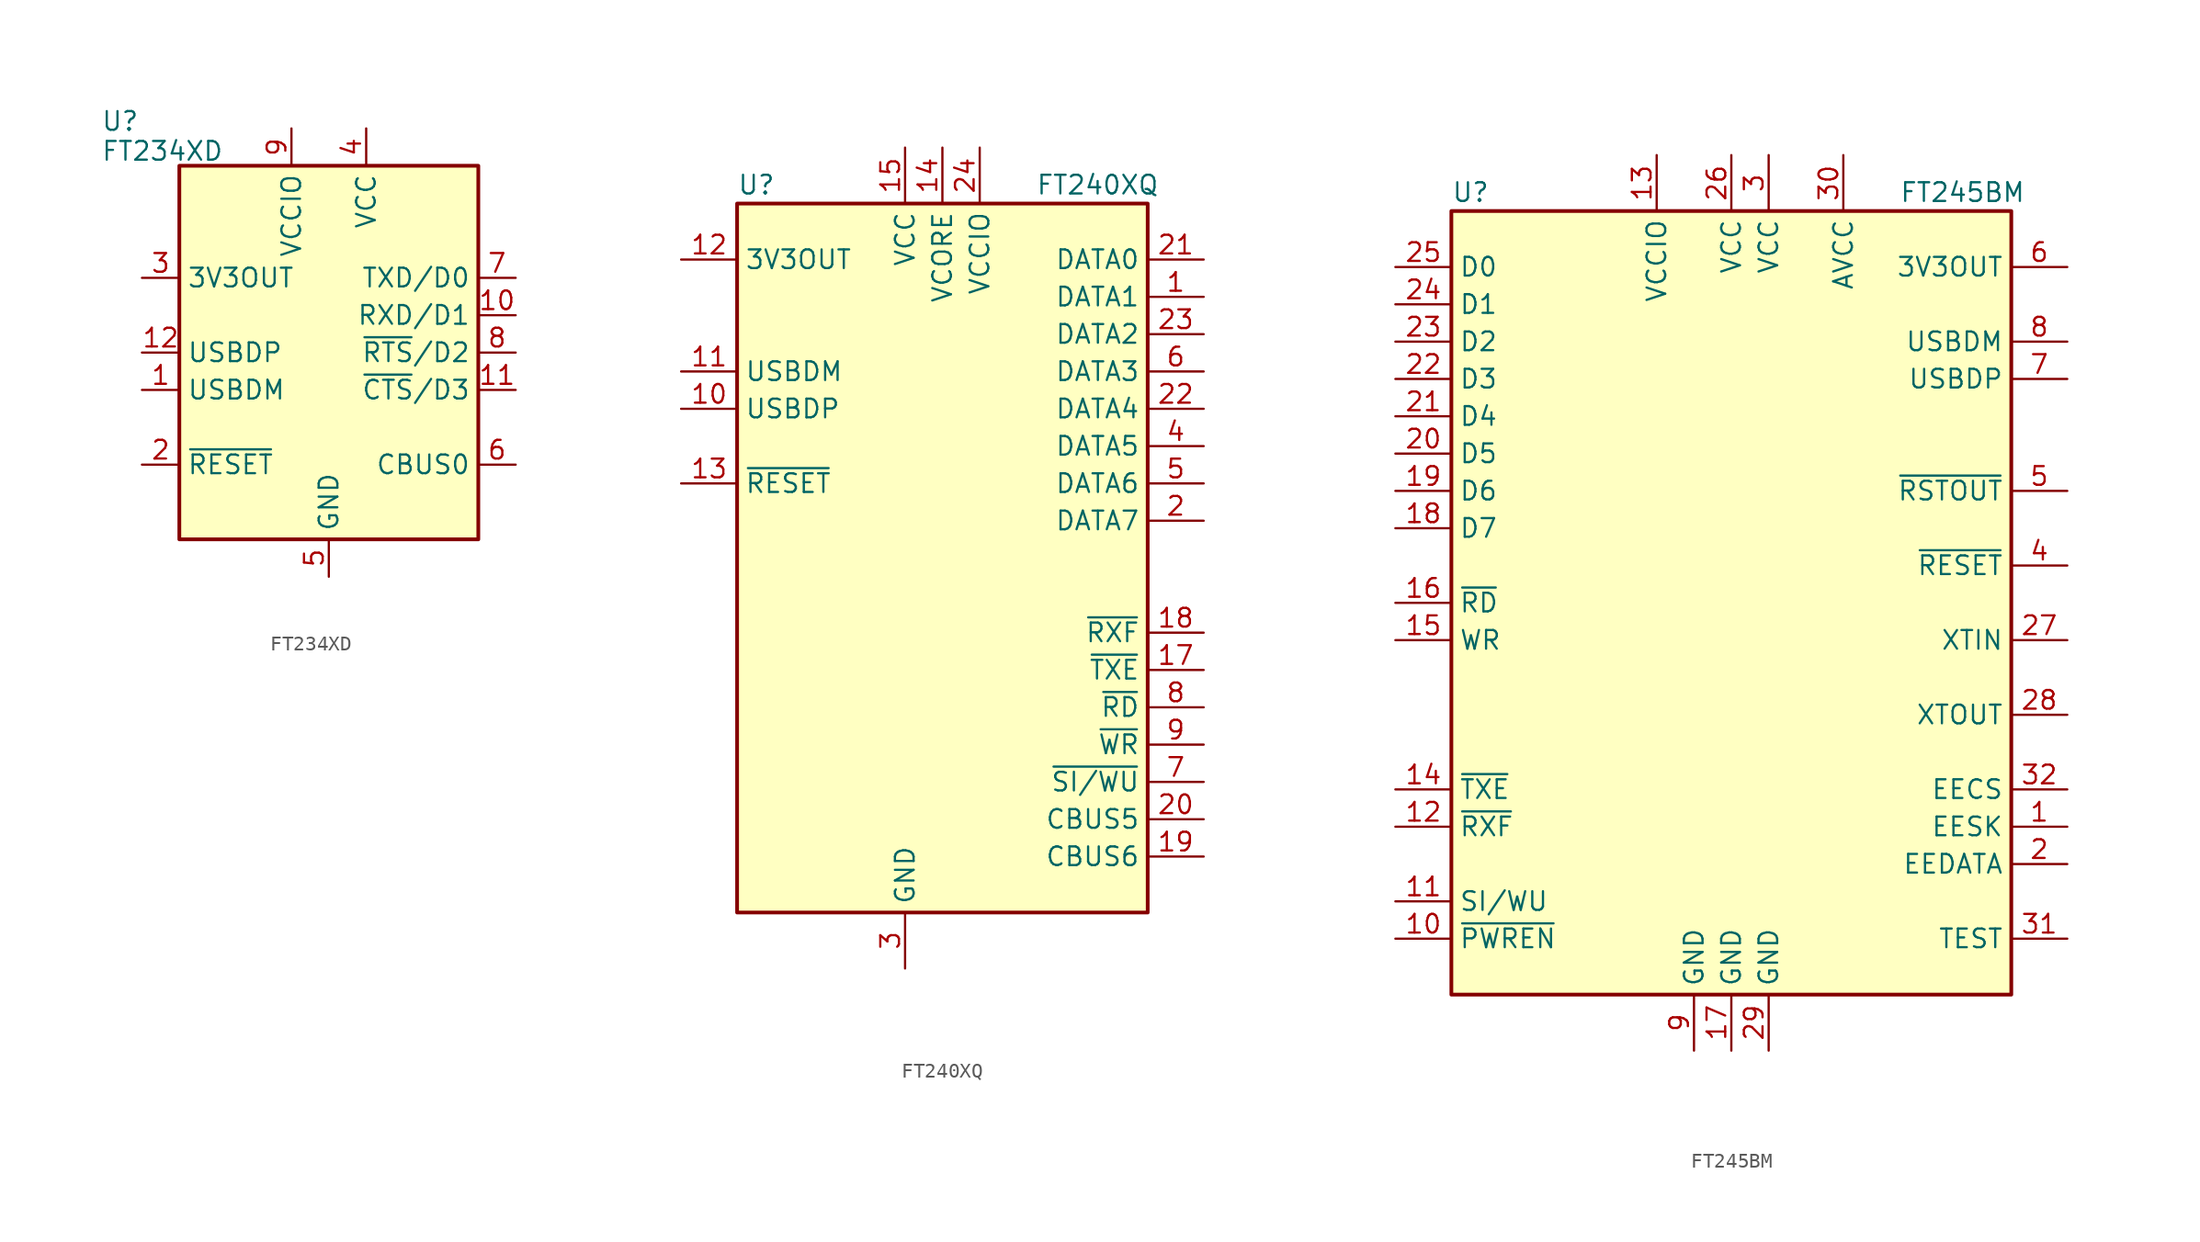
<source format=kicad_sym>
(kicad_symbol_lib
  (version 20241209)
  (generator "kicad_symbol_editor")
  (generator_version "9.0")
  (symbol "FT234XD"
    (property "Reference" "U"
      (at -15.494 14.986 0)
      (effects (font (size 1.27 1.27)) (justify left bottom)))
    (property "Value" "FT234XD"
      (at -15.494 12.954 0)
      (effects (font (size 1.27 1.27)) (justify left bottom)))
    (symbol "FT234XD_0_0"
      (rectangle (start -10.16 12.7) (end 10.16 -12.7) (stroke (width 0.254) (type default)) (fill (type background))))
    (symbol "FT234XD_1_0"
      (pin power_out line (at -12.7 5.08 0) (length 2.54) (name "3V3OUT" (effects (font (size 1.27 1.27)))) (number "3" (effects (font (size 1.27 1.27)))) (alternate "3V3IN" power_in line))
      (pin bidirectional line (at -12.7 0 0) (length 2.54) (name "USBDP" (effects (font (size 1.27 1.27)))) (number "12" (effects (font (size 1.27 1.27)))))
      (pin bidirectional line (at -12.7 -2.54 0) (length 2.54) (name "USBDM" (effects (font (size 1.27 1.27)))) (number "1" (effects (font (size 1.27 1.27)))))
      (pin input line (at -12.7 -7.62 0) (length 2.54) (name "~{RESET}" (effects (font (size 1.27 1.27)))) (number "2" (effects (font (size 1.27 1.27)))))
      (pin power_in line (at -2.54 15.24 270) (length 2.54) (name "VCCIO" (effects (font (size 1.27 1.27)))) (number "9" (effects (font (size 1.27 1.27)))))
      (pin passive line (at 0 -15.24 90) (length 2.54) (hide yes) (name "GND" (effects (font (size 1.27 1.27)))) (number "13" (effects (font (size 1.27 1.27)))))
      (pin power_in line (at 0 -15.24 90) (length 2.54) (name "GND" (effects (font (size 1.27 1.27)))) (number "5" (effects (font (size 1.27 1.27)))))
      (pin power_in line (at 2.54 15.24 270) (length 2.54) (name "VCC" (effects (font (size 1.27 1.27)))) (number "4" (effects (font (size 1.27 1.27)))))
      (pin bidirectional line (at 12.7 5.08 180) (length 2.54) (name "TXD/D0" (effects (font (size 1.27 1.27)))) (number "7" (effects (font (size 1.27 1.27)))) (alternate "D0" bidirectional line) (alternate "TXD" output line))
      (pin bidirectional line (at 12.7 2.54 180) (length 2.54) (name "RXD/D1" (effects (font (size 1.27 1.27)))) (number "10" (effects (font (size 1.27 1.27)))) (alternate "D1" bidirectional line) (alternate "RXD" input line))
      (pin bidirectional line (at 12.7 0 180) (length 2.54) (name "~{RTS}/D2" (effects (font (size 1.27 1.27)))) (number "8" (effects (font (size 1.27 1.27)))) (alternate "D2" bidirectional line) (alternate "~{RTS}" output line))
      (pin bidirectional line (at 12.7 -2.54 180) (length 2.54) (name "~{CTS}/D3" (effects (font (size 1.27 1.27)))) (number "11" (effects (font (size 1.27 1.27)))) (alternate "D3" bidirectional line) (alternate "~{CTS}" input line))
      (pin bidirectional line (at 12.7 -7.62 180) (length 2.54) (name "CBUS0" (effects (font (size 1.27 1.27)))) (number "6" (effects (font (size 1.27 1.27)))))))
  (symbol "FT240XQ"
    (property "Reference" "U"
      (at -13.97 25.4 0)
      (effects (font (size 1.27 1.27)) (justify left)))
    (property "Value" "FT240XQ"
      (at 6.35 25.4 0)
      (effects (font (size 1.27 1.27)) (justify left)))
    (symbol "FT240XQ_0_1"
      (rectangle (start 13.97 -24.13) (end -13.97 24.13) (stroke (width 0.254) (type default)) (fill (type background))))
    (symbol "FT240XQ_1_1"
      (pin power_out line (at -17.78 20.32 0) (length 3.81) (name "3V3OUT" (effects (font (size 1.27 1.27)))) (number "12" (effects (font (size 1.27 1.27)))))
      (pin bidirectional line (at -17.78 12.7 0) (length 3.81) (name "USBDM" (effects (font (size 1.27 1.27)))) (number "11" (effects (font (size 1.27 1.27)))))
      (pin bidirectional line (at -17.78 10.16 0) (length 3.81) (name "USBDP" (effects (font (size 1.27 1.27)))) (number "10" (effects (font (size 1.27 1.27)))))
      (pin input line (at -17.78 5.08 0) (length 3.81) (name "~{RESET}" (effects (font (size 1.27 1.27)))) (number "13" (effects (font (size 1.27 1.27)))))
      (pin power_in line (at -2.54 27.94 270) (length 3.81) (name "VCC" (effects (font (size 1.27 1.27)))) (number "15" (effects (font (size 1.27 1.27)))))
      (pin passive line (at -2.54 -27.94 90) (length 3.81) (hide yes) (name "GND" (effects (font (size 1.27 1.27)))) (number "16" (effects (font (size 1.27 1.27)))))
      (pin passive line (at -2.54 -27.94 90) (length 3.81) (hide yes) (name "GND" (effects (font (size 1.27 1.27)))) (number "25" (effects (font (size 1.27 1.27)))))
      (pin power_in line (at -2.54 -27.94 90) (length 3.81) (name "GND" (effects (font (size 1.27 1.27)))) (number "3" (effects (font (size 1.27 1.27)))))
      (pin power_out line (at 0 27.94 270) (length 3.81) (name "VCORE" (effects (font (size 1.27 1.27)))) (number "14" (effects (font (size 1.27 1.27)))))
      (pin power_in line (at 2.54 27.94 270) (length 3.81) (name "VCCIO" (effects (font (size 1.27 1.27)))) (number "24" (effects (font (size 1.27 1.27)))))
      (pin bidirectional line (at 17.78 20.32 180) (length 3.81) (name "DATA0" (effects (font (size 1.27 1.27)))) (number "21" (effects (font (size 1.27 1.27)))))
      (pin bidirectional line (at 17.78 17.78 180) (length 3.81) (name "DATA1" (effects (font (size 1.27 1.27)))) (number "1" (effects (font (size 1.27 1.27)))))
      (pin bidirectional line (at 17.78 15.24 180) (length 3.81) (name "DATA2" (effects (font (size 1.27 1.27)))) (number "23" (effects (font (size 1.27 1.27)))))
      (pin bidirectional line (at 17.78 12.7 180) (length 3.81) (name "DATA3" (effects (font (size 1.27 1.27)))) (number "6" (effects (font (size 1.27 1.27)))))
      (pin bidirectional line (at 17.78 10.16 180) (length 3.81) (name "DATA4" (effects (font (size 1.27 1.27)))) (number "22" (effects (font (size 1.27 1.27)))))
      (pin bidirectional line (at 17.78 7.62 180) (length 3.81) (name "DATA5" (effects (font (size 1.27 1.27)))) (number "4" (effects (font (size 1.27 1.27)))))
      (pin bidirectional line (at 17.78 5.08 180) (length 3.81) (name "DATA6" (effects (font (size 1.27 1.27)))) (number "5" (effects (font (size 1.27 1.27)))))
      (pin bidirectional line (at 17.78 2.54 180) (length 3.81) (name "DATA7" (effects (font (size 1.27 1.27)))) (number "2" (effects (font (size 1.27 1.27)))))
      (pin output line (at 17.78 -5.08 180) (length 3.81) (name "~{RXF}" (effects (font (size 1.27 1.27)))) (number "18" (effects (font (size 1.27 1.27)))))
      (pin output line (at 17.78 -7.62 180) (length 3.81) (name "~{TXE}" (effects (font (size 1.27 1.27)))) (number "17" (effects (font (size 1.27 1.27)))))
      (pin input line (at 17.78 -10.16 180) (length 3.81) (name "~{RD}" (effects (font (size 1.27 1.27)))) (number "8" (effects (font (size 1.27 1.27)))))
      (pin input line (at 17.78 -12.7 180) (length 3.81) (name "~{WR}" (effects (font (size 1.27 1.27)))) (number "9" (effects (font (size 1.27 1.27)))))
      (pin input line (at 17.78 -15.24 180) (length 3.81) (name "~{SI/WU}" (effects (font (size 1.27 1.27)))) (number "7" (effects (font (size 1.27 1.27)))))
      (pin bidirectional line (at 17.78 -17.78 180) (length 3.81) (name "CBUS5" (effects (font (size 1.27 1.27)))) (number "20" (effects (font (size 1.27 1.27)))))
      (pin bidirectional line (at 17.78 -20.32 180) (length 3.81) (name "CBUS6" (effects (font (size 1.27 1.27)))) (number "19" (effects (font (size 1.27 1.27)))))))
  (symbol "FT245BM"
    (property "Reference" "U"
      (at -19.05 27.94 0)
      (effects (font (size 1.27 1.27)) (justify left)))
    (property "Value" "FT245BM"
      (at 11.43 27.94 0)
      (effects (font (size 1.27 1.27)) (justify left)))
    (symbol "FT245BM_0_1"
      (rectangle (start -19.05 26.67) (end 19.05 -26.67) (stroke (width 0.254) (type default)) (fill (type background))))
    (symbol "FT245BM_1_1"
      (pin bidirectional line (at -22.86 22.86 0) (length 3.81) (name "D0" (effects (font (size 1.27 1.27)))) (number "25" (effects (font (size 1.27 1.27)))))
      (pin bidirectional line (at -22.86 20.32 0) (length 3.81) (name "D1" (effects (font (size 1.27 1.27)))) (number "24" (effects (font (size 1.27 1.27)))))
      (pin bidirectional line (at -22.86 17.78 0) (length 3.81) (name "D2" (effects (font (size 1.27 1.27)))) (number "23" (effects (font (size 1.27 1.27)))))
      (pin bidirectional line (at -22.86 15.24 0) (length 3.81) (name "D3" (effects (font (size 1.27 1.27)))) (number "22" (effects (font (size 1.27 1.27)))))
      (pin bidirectional line (at -22.86 12.7 0) (length 3.81) (name "D4" (effects (font (size 1.27 1.27)))) (number "21" (effects (font (size 1.27 1.27)))))
      (pin bidirectional line (at -22.86 10.16 0) (length 3.81) (name "D5" (effects (font (size 1.27 1.27)))) (number "20" (effects (font (size 1.27 1.27)))))
      (pin bidirectional line (at -22.86 7.62 0) (length 3.81) (name "D6" (effects (font (size 1.27 1.27)))) (number "19" (effects (font (size 1.27 1.27)))))
      (pin bidirectional line (at -22.86 5.08 0) (length 3.81) (name "D7" (effects (font (size 1.27 1.27)))) (number "18" (effects (font (size 1.27 1.27)))))
      (pin input line (at -22.86 0 0) (length 3.81) (name "~{RD}" (effects (font (size 1.27 1.27)))) (number "16" (effects (font (size 1.27 1.27)))))
      (pin input line (at -22.86 -2.54 0) (length 3.81) (name "WR" (effects (font (size 1.27 1.27)))) (number "15" (effects (font (size 1.27 1.27)))))
      (pin output line (at -22.86 -12.7 0) (length 3.81) (name "~{TXE}" (effects (font (size 1.27 1.27)))) (number "14" (effects (font (size 1.27 1.27)))))
      (pin output line (at -22.86 -15.24 0) (length 3.81) (name "~{RXF}" (effects (font (size 1.27 1.27)))) (number "12" (effects (font (size 1.27 1.27)))))
      (pin input line (at -22.86 -20.32 0) (length 3.81) (name "SI/WU" (effects (font (size 1.27 1.27)))) (number "11" (effects (font (size 1.27 1.27)))))
      (pin output line (at -22.86 -22.86 0) (length 3.81) (name "~{PWREN}" (effects (font (size 1.27 1.27)))) (number "10" (effects (font (size 1.27 1.27)))))
      (pin power_in line (at -5.08 30.48 270) (length 3.81) (name "VCCIO" (effects (font (size 1.27 1.27)))) (number "13" (effects (font (size 1.27 1.27)))))
      (pin power_in line (at -2.54 -30.48 90) (length 3.81) (name "GND" (effects (font (size 1.27 1.27)))) (number "9" (effects (font (size 1.27 1.27)))))
      (pin power_in line (at 0 30.48 270) (length 3.81) (name "VCC" (effects (font (size 1.27 1.27)))) (number "26" (effects (font (size 1.27 1.27)))))
      (pin power_in line (at 0 -30.48 90) (length 3.81) (name "GND" (effects (font (size 1.27 1.27)))) (number "17" (effects (font (size 1.27 1.27)))))
      (pin power_in line (at 2.54 30.48 270) (length 3.81) (name "VCC" (effects (font (size 1.27 1.27)))) (number "3" (effects (font (size 1.27 1.27)))))
      (pin power_in line (at 2.54 -30.48 90) (length 3.81) (name "GND" (effects (font (size 1.27 1.27)))) (number "29" (effects (font (size 1.27 1.27)))))
      (pin power_in line (at 7.62 30.48 270) (length 3.81) (name "AVCC" (effects (font (size 1.27 1.27)))) (number "30" (effects (font (size 1.27 1.27)))))
      (pin power_out line (at 22.86 22.86 180) (length 3.81) (name "3V3OUT" (effects (font (size 1.27 1.27)))) (number "6" (effects (font (size 1.27 1.27)))))
      (pin bidirectional line (at 22.86 17.78 180) (length 3.81) (name "USBDM" (effects (font (size 1.27 1.27)))) (number "8" (effects (font (size 1.27 1.27)))))
      (pin bidirectional line (at 22.86 15.24 180) (length 3.81) (name "USBDP" (effects (font (size 1.27 1.27)))) (number "7" (effects (font (size 1.27 1.27)))))
      (pin output line (at 22.86 7.62 180) (length 3.81) (name "~{RSTOUT}" (effects (font (size 1.27 1.27)))) (number "5" (effects (font (size 1.27 1.27)))))
      (pin input line (at 22.86 2.54 180) (length 3.81) (name "~{RESET}" (effects (font (size 1.27 1.27)))) (number "4" (effects (font (size 1.27 1.27)))))
      (pin input line (at 22.86 -2.54 180) (length 3.81) (name "XTIN" (effects (font (size 1.27 1.27)))) (number "27" (effects (font (size 1.27 1.27)))))
      (pin output line (at 22.86 -7.62 180) (length 3.81) (name "XTOUT" (effects (font (size 1.27 1.27)))) (number "28" (effects (font (size 1.27 1.27)))))
      (pin bidirectional line (at 22.86 -12.7 180) (length 3.81) (name "EECS" (effects (font (size 1.27 1.27)))) (number "32" (effects (font (size 1.27 1.27)))))
      (pin output line (at 22.86 -15.24 180) (length 3.81) (name "EESK" (effects (font (size 1.27 1.27)))) (number "1" (effects (font (size 1.27 1.27)))))
      (pin bidirectional line (at 22.86 -17.78 180) (length 3.81) (name "EEDATA" (effects (font (size 1.27 1.27)))) (number "2" (effects (font (size 1.27 1.27)))))
      (pin input line (at 22.86 -22.86 180) (length 3.81) (name "TEST" (effects (font (size 1.27 1.27)))) (number "31" (effects (font (size 1.27 1.27))))))))
</source>
